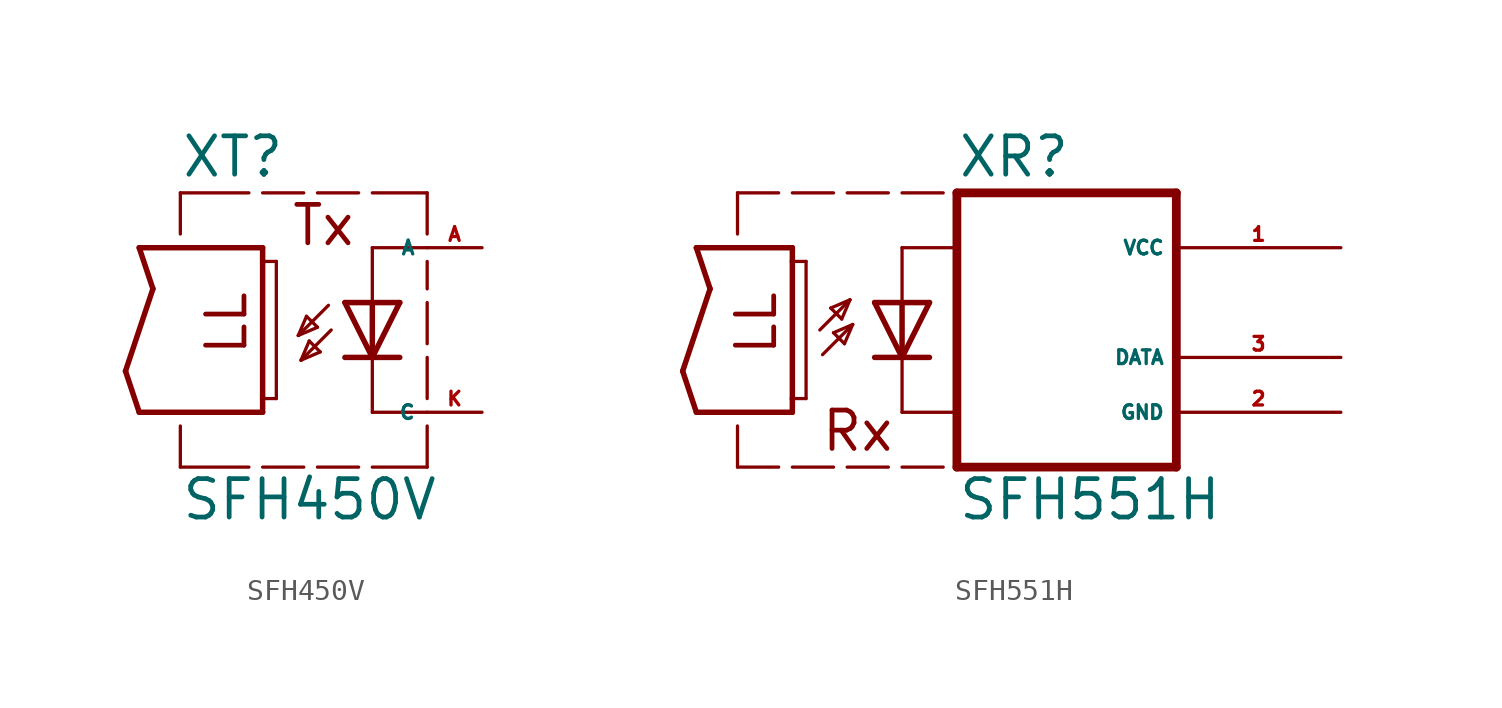
<source format=kicad_sym>
(kicad_symbol_lib
  (version 20220914)
  (generator Eagle2Kicad)
  (symbol "SFH450V"
    (property "Reference" "XT"
      (at -8.89 8.255 0)
      (effects (font (size 1.778 1.778) (thickness 0.22)) (justify left bottom)))
    (property "Value" "SFH450V"
      (at -8.89 -7.62 0)
      (effects (font (size 1.778 1.778) (thickness 0.22)) (justify left bottom)))
    (polyline
      (pts (xy 1.27 2.54) (xy 0 0))
      (stroke (width 0.254) (type default))
      (fill (type none)))
    (polyline
      (pts (xy 0 0) (xy -1.27 2.54))
      (stroke (width 0.254) (type default))
      (fill (type none)))
    (polyline
      (pts (xy 1.27 0) (xy 0 0))
      (stroke (width 0.254) (type default))
      (fill (type none)))
    (polyline
      (pts (xy 0 0) (xy -1.27 0))
      (stroke (width 0.254) (type default))
      (fill (type none)))
    (polyline
      (pts (xy 1.27 2.54) (xy 0 2.54))
      (stroke (width 0.254) (type default))
      (fill (type none)))
    (polyline
      (pts (xy 0 2.54) (xy -1.27 2.54))
      (stroke (width 0.254) (type default))
      (fill (type none)))
    (polyline
      (pts (xy 0 2.54) (xy 0 0))
      (stroke (width 0.254) (type default))
      (fill (type none)))
    (polyline
      (pts (xy -2.032 2.413) (xy -3.429 1.016))
      (stroke (width 0.152) (type default))
      (fill (type none)))
    (polyline
      (pts (xy -3.429 1.016) (xy -2.54 1.397))
      (stroke (width 0.152) (type default))
      (fill (type none)))
    (polyline
      (pts (xy -2.54 1.397) (xy -3.048 1.905))
      (stroke (width 0.152) (type default))
      (fill (type none)))
    (polyline
      (pts (xy -3.048 1.905) (xy -3.429 1.016))
      (stroke (width 0.152) (type default))
      (fill (type none)))
    (polyline
      (pts (xy -3.302 -0.127) (xy -2.413 0.254))
      (stroke (width 0.152) (type default))
      (fill (type none)))
    (polyline
      (pts (xy -2.413 0.254) (xy -2.921 0.762))
      (stroke (width 0.152) (type default))
      (fill (type none)))
    (polyline
      (pts (xy -2.921 0.762) (xy -3.302 -0.127))
      (stroke (width 0.152) (type default))
      (fill (type none)))
    (polyline
      (pts (xy -1.905 1.27) (xy -3.302 -0.127))
      (stroke (width 0.152) (type default))
      (fill (type none)))
    (polyline
      (pts (xy -10.795 5.08) (xy -5.08 5.08))
      (stroke (width 0.254) (type default))
      (fill (type none)))
    (polyline
      (pts (xy -5.08 5.08) (xy -5.08 4.445))
      (stroke (width 0.254) (type default))
      (fill (type none)))
    (polyline
      (pts (xy -5.08 -2.54) (xy -10.795 -2.54))
      (stroke (width 0.254) (type default))
      (fill (type none)))
    (polyline
      (pts (xy -10.795 -2.54) (xy -11.43 -0.635))
      (stroke (width 0.254) (type default))
      (fill (type none)))
    (polyline
      (pts (xy -11.43 -0.635) (xy -10.16 3.175))
      (stroke (width 0.254) (type default))
      (fill (type none)))
    (polyline
      (pts (xy -10.16 3.175) (xy -10.795 5.08))
      (stroke (width 0.254) (type default))
      (fill (type none)))
    (polyline
      (pts (xy -5.08 4.445) (xy -4.445 4.445))
      (stroke (width 0.152) (type default))
      (fill (type none)))
    (polyline
      (pts (xy -5.08 4.445) (xy -5.08 -1.905))
      (stroke (width 0.254) (type default))
      (fill (type none)))
    (polyline
      (pts (xy -4.445 4.445) (xy -4.445 -1.905))
      (stroke (width 0.152) (type default))
      (fill (type none)))
    (polyline
      (pts (xy -4.445 -1.905) (xy -5.08 -1.905))
      (stroke (width 0.152) (type default))
      (fill (type none)))
    (polyline
      (pts (xy -5.08 -1.905) (xy -5.08 -2.54))
      (stroke (width 0.254) (type default))
      (fill (type none)))
    (polyline
      (pts (xy -8.89 5.715) (xy -8.89 7.62))
      (stroke (width 0.152) (type default))
      (fill (type none)))
    (polyline
      (pts (xy -8.89 7.62) (xy -5.715 7.62))
      (stroke (width 0.152) (type default))
      (fill (type none)))
    (polyline
      (pts (xy -5.08 7.62) (xy -3.175 7.62))
      (stroke (width 0.152) (type default))
      (fill (type none)))
    (polyline
      (pts (xy -2.54 7.62) (xy -0.635 7.62))
      (stroke (width 0.152) (type default))
      (fill (type none)))
    (polyline
      (pts (xy 0 7.62) (xy 2.54 7.62))
      (stroke (width 0.152) (type default))
      (fill (type none)))
    (polyline
      (pts (xy -8.89 -3.175) (xy -8.89 -5.08))
      (stroke (width 0.152) (type default))
      (fill (type none)))
    (polyline
      (pts (xy -8.89 -5.08) (xy -5.715 -5.08))
      (stroke (width 0.152) (type default))
      (fill (type none)))
    (polyline
      (pts (xy -5.08 -5.08) (xy -3.175 -5.08))
      (stroke (width 0.152) (type default))
      (fill (type none)))
    (polyline
      (pts (xy -2.54 -5.08) (xy -0.635 -5.08))
      (stroke (width 0.152) (type default))
      (fill (type none)))
    (polyline
      (pts (xy 0 -5.08) (xy 2.54 -5.08))
      (stroke (width 0.152) (type default))
      (fill (type none)))
    (polyline
      (pts (xy 2.54 5.715) (xy 2.54 7.62))
      (stroke (width 0.152) (type default))
      (fill (type none)))
    (polyline
      (pts (xy 2.54 3.175) (xy 2.54 4.445))
      (stroke (width 0.152) (type default))
      (fill (type none)))
    (polyline
      (pts (xy 2.54 0.635) (xy 2.54 2.54))
      (stroke (width 0.152) (type default))
      (fill (type none)))
    (polyline
      (pts (xy 2.54 -1.905) (xy 2.54 0))
      (stroke (width 0.152) (type default))
      (fill (type none)))
    (polyline
      (pts (xy 2.54 -5.08) (xy 2.54 -3.175))
      (stroke (width 0.152) (type default))
      (fill (type none)))
    (polyline
      (pts (xy 2.54 5.08) (xy 0 5.08))
      (stroke (width 0.152) (type default))
      (fill (type none)))
    (polyline
      (pts (xy 0 5.08) (xy 0 2.54))
      (stroke (width 0.152) (type default))
      (fill (type none)))
    (polyline
      (pts (xy 2.54 -2.54) (xy 0 -2.54))
      (stroke (width 0.152) (type default))
      (fill (type none)))
    (polyline
      (pts (xy 0 -2.54) (xy 0 0))
      (stroke (width 0.152) (type default))
      (fill (type none)))
    (text "LL"
      (at -5.715 0 900)
      (effects (font (size 1.778 1.778) (thickness 0.22)) (justify left bottom)))
    (text "Tx"
      (at -3.81 5.08 0)
      (effects (font (size 1.778 1.778) (thickness 0.22)) (justify left bottom)))
    (pin passive line
      (at 5.08 -2.54 180)
      (length 2.54)
      (name "C" (effects (font (size 0.635 0.635) (thickness 0.08)) (justify left bottom)))
      (number "K" (effects (font (size 0.635 0.635) (thickness 0.08)) (justify left bottom))))
    (pin passive line
      (at 5.08 5.08 180)
      (length 2.54)
      (name "A" (effects (font (size 0.635 0.635) (thickness 0.08)) (justify left bottom)))
      (number "A" (effects (font (size 0.635 0.635) (thickness 0.08)) (justify left bottom)))))
  (symbol "SFH551H"
    (property "Reference" "XR"
      (at 2.54 8.255 0)
      (effects (font (size 1.778 1.778) (thickness 0.22)) (justify left bottom)))
    (property "Value" "SFH551H"
      (at 2.54 -7.62 0)
      (effects (font (size 1.778 1.778) (thickness 0.22)) (justify left bottom)))
    (polyline
      (pts (xy 1.27 2.54) (xy 0 0))
      (stroke (width 0.254) (type default))
      (fill (type none)))
    (polyline
      (pts (xy 0 0) (xy -1.27 2.54))
      (stroke (width 0.254) (type default))
      (fill (type none)))
    (polyline
      (pts (xy 1.27 0) (xy 0 0))
      (stroke (width 0.254) (type default))
      (fill (type none)))
    (polyline
      (pts (xy 0 0) (xy -1.27 0))
      (stroke (width 0.254) (type default))
      (fill (type none)))
    (polyline
      (pts (xy 1.27 2.54) (xy 0 2.54))
      (stroke (width 0.254) (type default))
      (fill (type none)))
    (polyline
      (pts (xy 0 5.08) (xy 0 2.54))
      (stroke (width 0.152) (type default))
      (fill (type none)))
    (polyline
      (pts (xy 0 2.54) (xy -1.27 2.54))
      (stroke (width 0.254) (type default))
      (fill (type none)))
    (polyline
      (pts (xy 0 2.54) (xy 0 0))
      (stroke (width 0.254) (type default))
      (fill (type none)))
    (polyline
      (pts (xy -3.683 0.127) (xy -2.286 1.524))
      (stroke (width 0.152) (type default))
      (fill (type none)))
    (polyline
      (pts (xy -2.286 1.524) (xy -3.175 1.143))
      (stroke (width 0.152) (type default))
      (fill (type none)))
    (polyline
      (pts (xy -3.175 1.143) (xy -2.667 0.635))
      (stroke (width 0.152) (type default))
      (fill (type none)))
    (polyline
      (pts (xy -2.667 0.635) (xy -2.286 1.524))
      (stroke (width 0.152) (type default))
      (fill (type none)))
    (polyline
      (pts (xy -2.413 2.667) (xy -3.302 2.286))
      (stroke (width 0.152) (type default))
      (fill (type none)))
    (polyline
      (pts (xy -3.302 2.286) (xy -2.794 1.778))
      (stroke (width 0.152) (type default))
      (fill (type none)))
    (polyline
      (pts (xy -2.794 1.778) (xy -2.413 2.667))
      (stroke (width 0.152) (type default))
      (fill (type none)))
    (polyline
      (pts (xy -3.81 1.27) (xy -2.413 2.667))
      (stroke (width 0.152) (type default))
      (fill (type none)))
    (polyline
      (pts (xy -9.525 5.08) (xy -5.08 5.08))
      (stroke (width 0.254) (type default))
      (fill (type none)))
    (polyline
      (pts (xy -5.08 5.08) (xy -5.08 4.445))
      (stroke (width 0.254) (type default))
      (fill (type none)))
    (polyline
      (pts (xy -5.08 -2.54) (xy -9.525 -2.54))
      (stroke (width 0.254) (type default))
      (fill (type none)))
    (polyline
      (pts (xy -9.525 -2.54) (xy -10.16 -0.635))
      (stroke (width 0.254) (type default))
      (fill (type none)))
    (polyline
      (pts (xy -10.16 -0.635) (xy -8.89 3.175))
      (stroke (width 0.254) (type default))
      (fill (type none)))
    (polyline
      (pts (xy -8.89 3.175) (xy -9.525 5.08))
      (stroke (width 0.254) (type default))
      (fill (type none)))
    (polyline
      (pts (xy 0 0) (xy 0 -2.54))
      (stroke (width 0.152) (type default))
      (fill (type none)))
    (polyline
      (pts (xy 0 -2.54) (xy 2.54 -2.54))
      (stroke (width 0.152) (type default))
      (fill (type none)))
    (polyline
      (pts (xy 0 5.08) (xy 2.54 5.08))
      (stroke (width 0.152) (type default))
      (fill (type none)))
    (polyline
      (pts (xy 2.54 7.62) (xy 2.54 -5.08))
      (stroke (width 0.406) (type default))
      (fill (type none)))
    (polyline
      (pts (xy 2.54 -5.08) (xy 12.7 -5.08))
      (stroke (width 0.406) (type default))
      (fill (type none)))
    (polyline
      (pts (xy 12.7 -5.08) (xy 12.7 7.62))
      (stroke (width 0.406) (type default))
      (fill (type none)))
    (polyline
      (pts (xy 12.7 7.62) (xy 2.54 7.62))
      (stroke (width 0.406) (type default))
      (fill (type none)))
    (polyline
      (pts (xy -5.08 4.445) (xy -4.445 4.445))
      (stroke (width 0.152) (type default))
      (fill (type none)))
    (polyline
      (pts (xy -5.08 4.445) (xy -5.08 -1.905))
      (stroke (width 0.254) (type default))
      (fill (type none)))
    (polyline
      (pts (xy -4.445 4.445) (xy -4.445 -1.905))
      (stroke (width 0.152) (type default))
      (fill (type none)))
    (polyline
      (pts (xy -4.445 -1.905) (xy -5.08 -1.905))
      (stroke (width 0.152) (type default))
      (fill (type none)))
    (polyline
      (pts (xy -5.08 -1.905) (xy -5.08 -2.54))
      (stroke (width 0.254) (type default))
      (fill (type none)))
    (polyline
      (pts (xy -7.62 5.715) (xy -7.62 7.62))
      (stroke (width 0.152) (type default))
      (fill (type none)))
    (polyline
      (pts (xy -7.62 7.62) (xy -5.715 7.62))
      (stroke (width 0.152) (type default))
      (fill (type none)))
    (polyline
      (pts (xy -5.08 7.62) (xy -3.175 7.62))
      (stroke (width 0.152) (type default))
      (fill (type none)))
    (polyline
      (pts (xy -2.54 7.62) (xy -0.635 7.62))
      (stroke (width 0.152) (type default))
      (fill (type none)))
    (polyline
      (pts (xy 0 7.62) (xy 1.905 7.62))
      (stroke (width 0.152) (type default))
      (fill (type none)))
    (polyline
      (pts (xy -7.62 -3.175) (xy -7.62 -5.08))
      (stroke (width 0.152) (type default))
      (fill (type none)))
    (polyline
      (pts (xy -7.62 -5.08) (xy -5.715 -5.08))
      (stroke (width 0.152) (type default))
      (fill (type none)))
    (polyline
      (pts (xy -5.08 -5.08) (xy -3.175 -5.08))
      (stroke (width 0.152) (type default))
      (fill (type none)))
    (polyline
      (pts (xy -2.54 -5.08) (xy -0.635 -5.08))
      (stroke (width 0.152) (type default))
      (fill (type none)))
    (polyline
      (pts (xy 0 -5.08) (xy 1.905 -5.08))
      (stroke (width 0.152) (type default))
      (fill (type none)))
    (text "LL"
      (at -5.715 0 900)
      (effects (font (size 1.778 1.778) (thickness 0.22)) (justify left bottom)))
    (text "Rx"
      (at -3.81 -4.445 0)
      (effects (font (size 1.778 1.778) (thickness 0.22)) (justify left bottom)))
    (pin unspecified line
      (at 20.32 5.08 180)
      (length 7.62)
      (name "VCC" (effects (font (size 0.635 0.635) (thickness 0.08)) (justify left bottom)))
      (number "1" (effects (font (size 0.635 0.635) (thickness 0.08)) (justify left bottom))))
    (pin passive line
      (at 20.32 0 180)
      (length 7.62)
      (name "DATA" (effects (font (size 0.635 0.635) (thickness 0.08)) (justify left bottom)))
      (number "3" (effects (font (size 0.635 0.635) (thickness 0.08)) (justify left bottom))))
    (pin unspecified line
      (at 20.32 -2.54 180)
      (length 7.62)
      (name "GND" (effects (font (size 0.635 0.635) (thickness 0.08)) (justify left bottom)))
      (number "2" (effects (font (size 0.635 0.635) (thickness 0.08)) (justify left bottom))))))
</source>
